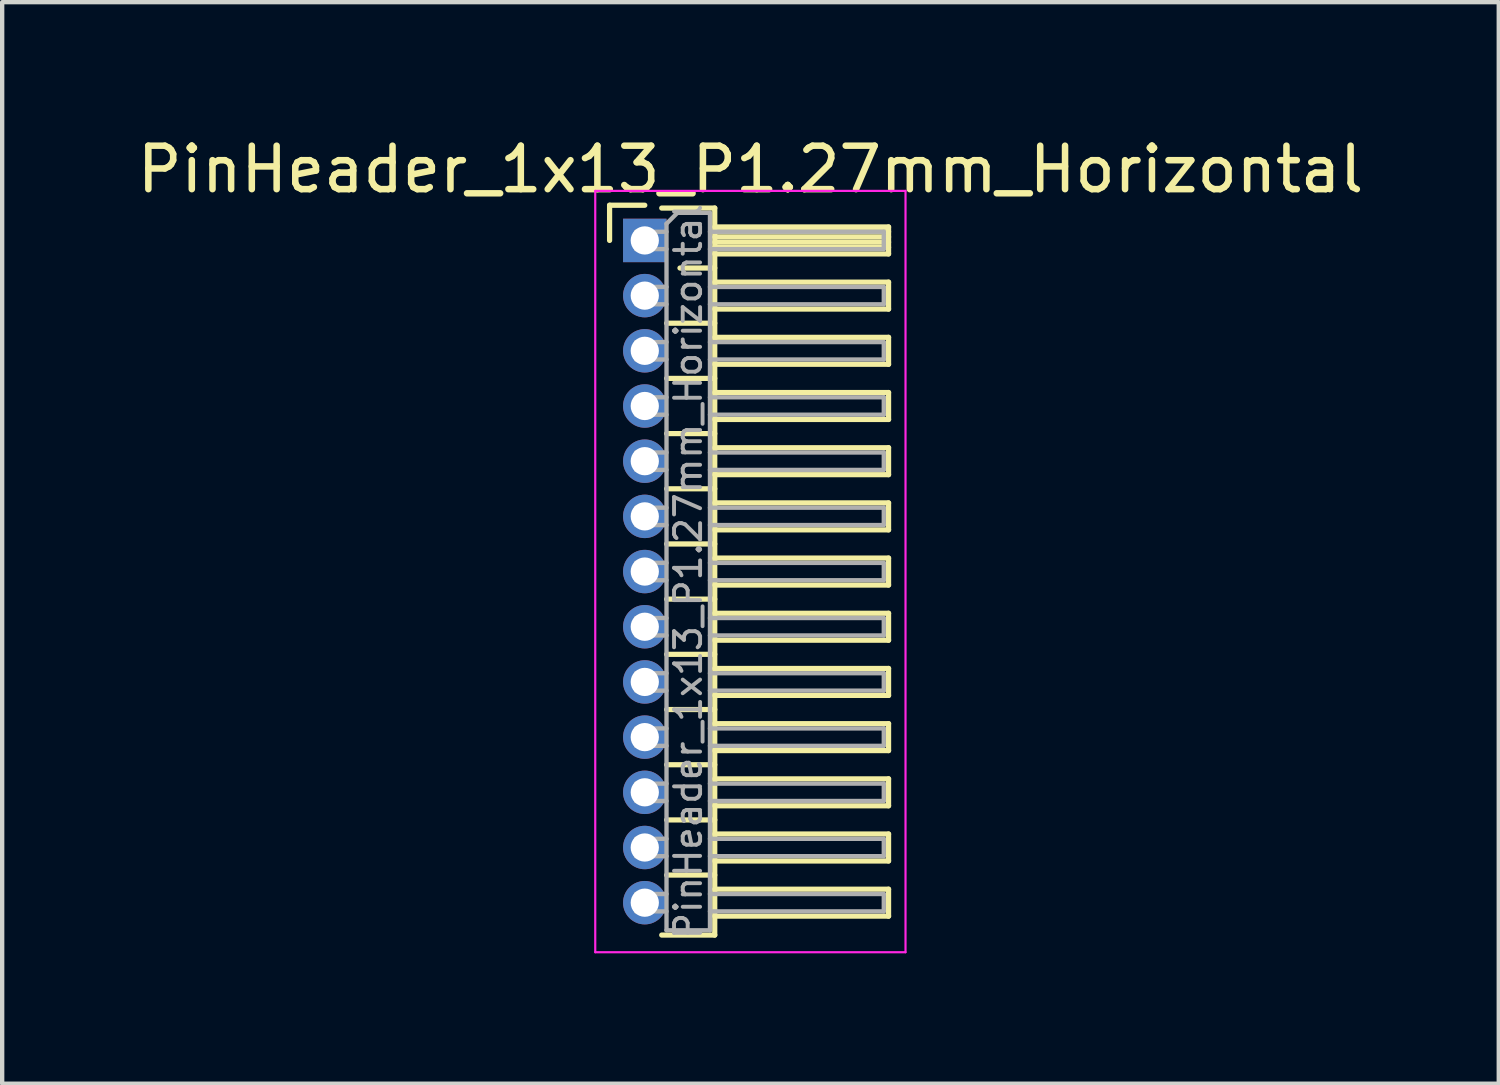
<source format=kicad_pcb>
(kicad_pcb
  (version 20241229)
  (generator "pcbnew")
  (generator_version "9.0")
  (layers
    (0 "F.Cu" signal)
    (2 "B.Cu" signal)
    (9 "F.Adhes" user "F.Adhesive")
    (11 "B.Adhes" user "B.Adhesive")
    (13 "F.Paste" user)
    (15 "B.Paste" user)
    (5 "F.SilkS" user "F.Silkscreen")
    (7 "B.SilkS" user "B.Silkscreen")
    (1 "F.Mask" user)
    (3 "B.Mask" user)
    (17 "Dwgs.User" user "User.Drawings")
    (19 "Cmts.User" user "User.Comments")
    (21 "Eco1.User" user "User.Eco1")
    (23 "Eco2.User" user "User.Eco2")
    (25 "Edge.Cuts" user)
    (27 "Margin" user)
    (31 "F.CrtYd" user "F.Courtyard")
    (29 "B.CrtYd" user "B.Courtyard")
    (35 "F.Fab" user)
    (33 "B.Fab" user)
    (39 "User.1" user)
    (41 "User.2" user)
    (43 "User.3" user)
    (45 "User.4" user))
  (footprint "PinHeader_1x13_P1.27mm_Horizontal"
    (layer "F.Cu")
    (at 11.788 2.483)
    (property "Reference" "PinHeader_1x13_P1.27mm_Horizontal" (at 2.433 -1.635 0) (layer "F.SilkS") (effects (font (size 1 1) (thickness 0.15))))
    (attr through_hole)
    (fp_line (start -0.81 -0.81) (end 0 -0.81) (stroke (width 0.12) (type solid)) (layer "F.SilkS"))
    (fp_line (start -0.81 0) (end -0.81 -0.81) (stroke (width 0.12) (type solid)) (layer "F.SilkS"))
    (fp_line (start 0.39 -0.745) (end 1.61 -0.745) (stroke (width 0.12) (type solid)) (layer "F.SilkS"))
    (fp_line (start 0.503 1.905) (end 1.61 1.905) (stroke (width 0.12) (type solid)) (layer "F.SilkS"))
    (fp_line (start 0.503 3.175) (end 1.61 3.175) (stroke (width 0.12) (type solid)) (layer "F.SilkS"))
    (fp_line (start 0.503 4.445) (end 1.61 4.445) (stroke (width 0.12) (type solid)) (layer "F.SilkS"))
    (fp_line (start 0.503 5.715) (end 1.61 5.715) (stroke (width 0.12) (type solid)) (layer "F.SilkS"))
    (fp_line (start 0.503 6.985) (end 1.61 6.985) (stroke (width 0.12) (type solid)) (layer "F.SilkS"))
    (fp_line (start 0.503 8.255) (end 1.61 8.255) (stroke (width 0.12) (type solid)) (layer "F.SilkS"))
    (fp_line (start 0.503 9.525) (end 1.61 9.525) (stroke (width 0.12) (type solid)) (layer "F.SilkS"))
    (fp_line (start 0.503 10.795) (end 1.61 10.795) (stroke (width 0.12) (type solid)) (layer "F.SilkS"))
    (fp_line (start 0.503 12.065) (end 1.61 12.065) (stroke (width 0.12) (type solid)) (layer "F.SilkS"))
    (fp_line (start 0.503 13.335) (end 1.61 13.335) (stroke (width 0.12) (type solid)) (layer "F.SilkS"))
    (fp_line (start 0.503 14.605) (end 1.61 14.605) (stroke (width 0.12) (type solid)) (layer "F.SilkS"))
    (fp_line (start 0.81 0.635) (end 1.61 0.635) (stroke (width 0.12) (type solid)) (layer "F.SilkS"))
    (fp_line (start 1.61 -0.745) (end 1.61 15.985) (stroke (width 0.12) (type solid)) (layer "F.SilkS"))
    (fp_line (start 1.61 -0.31) (end 5.61 -0.31) (stroke (width 0.12) (type solid)) (layer "F.SilkS"))
    (fp_line (start 1.61 -0.2) (end 5.61 -0.2) (stroke (width 0.12) (type solid)) (layer "F.SilkS"))
    (fp_line (start 1.61 -0.08) (end 5.61 -0.08) (stroke (width 0.12) (type solid)) (layer "F.SilkS"))
    (fp_line (start 1.61 0.04) (end 5.61 0.04) (stroke (width 0.12) (type solid)) (layer "F.SilkS"))
    (fp_line (start 1.61 0.16) (end 5.61 0.16) (stroke (width 0.12) (type solid)) (layer "F.SilkS"))
    (fp_line (start 1.61 0.96) (end 5.61 0.96) (stroke (width 0.12) (type solid)) (layer "F.SilkS"))
    (fp_line (start 1.61 2.23) (end 5.61 2.23) (stroke (width 0.12) (type solid)) (layer "F.SilkS"))
    (fp_line (start 1.61 3.5) (end 5.61 3.5) (stroke (width 0.12) (type solid)) (layer "F.SilkS"))
    (fp_line (start 1.61 4.77) (end 5.61 4.77) (stroke (width 0.12) (type solid)) (layer "F.SilkS"))
    (fp_line (start 1.61 6.04) (end 5.61 6.04) (stroke (width 0.12) (type solid)) (layer "F.SilkS"))
    (fp_line (start 1.61 7.31) (end 5.61 7.31) (stroke (width 0.12) (type solid)) (layer "F.SilkS"))
    (fp_line (start 1.61 8.58) (end 5.61 8.58) (stroke (width 0.12) (type solid)) (layer "F.SilkS"))
    (fp_line (start 1.61 9.85) (end 5.61 9.85) (stroke (width 0.12) (type solid)) (layer "F.SilkS"))
    (fp_line (start 1.61 11.12) (end 5.61 11.12) (stroke (width 0.12) (type solid)) (layer "F.SilkS"))
    (fp_line (start 1.61 12.39) (end 5.61 12.39) (stroke (width 0.12) (type solid)) (layer "F.SilkS"))
    (fp_line (start 1.61 13.66) (end 5.61 13.66) (stroke (width 0.12) (type solid)) (layer "F.SilkS"))
    (fp_line (start 1.61 14.93) (end 5.61 14.93) (stroke (width 0.12) (type solid)) (layer "F.SilkS"))
    (fp_line (start 1.61 15.985) (end 0.39 15.985) (stroke (width 0.12) (type solid)) (layer "F.SilkS"))
    (fp_line (start 5.61 -0.31) (end 5.61 0.31) (stroke (width 0.12) (type solid)) (layer "F.SilkS"))
    (fp_line (start 5.61 0.31) (end 1.61 0.31) (stroke (width 0.12) (type solid)) (layer "F.SilkS"))
    (fp_line (start 5.61 0.96) (end 5.61 1.58) (stroke (width 0.12) (type solid)) (layer "F.SilkS"))
    (fp_line (start 5.61 1.58) (end 1.61 1.58) (stroke (width 0.12) (type solid)) (layer "F.SilkS"))
    (fp_line (start 5.61 2.23) (end 5.61 2.85) (stroke (width 0.12) (type solid)) (layer "F.SilkS"))
    (fp_line (start 5.61 2.85) (end 1.61 2.85) (stroke (width 0.12) (type solid)) (layer "F.SilkS"))
    (fp_line (start 5.61 3.5) (end 5.61 4.12) (stroke (width 0.12) (type solid)) (layer "F.SilkS"))
    (fp_line (start 5.61 4.12) (end 1.61 4.12) (stroke (width 0.12) (type solid)) (layer "F.SilkS"))
    (fp_line (start 5.61 4.77) (end 5.61 5.39) (stroke (width 0.12) (type solid)) (layer "F.SilkS"))
    (fp_line (start 5.61 5.39) (end 1.61 5.39) (stroke (width 0.12) (type solid)) (layer "F.SilkS"))
    (fp_line (start 5.61 6.04) (end 5.61 6.66) (stroke (width 0.12) (type solid)) (layer "F.SilkS"))
    (fp_line (start 5.61 6.66) (end 1.61 6.66) (stroke (width 0.12) (type solid)) (layer "F.SilkS"))
    (fp_line (start 5.61 7.31) (end 5.61 7.93) (stroke (width 0.12) (type solid)) (layer "F.SilkS"))
    (fp_line (start 5.61 7.93) (end 1.61 7.93) (stroke (width 0.12) (type solid)) (layer "F.SilkS"))
    (fp_line (start 5.61 8.58) (end 5.61 9.2) (stroke (width 0.12) (type solid)) (layer "F.SilkS"))
    (fp_line (start 5.61 9.2) (end 1.61 9.2) (stroke (width 0.12) (type solid)) (layer "F.SilkS"))
    (fp_line (start 5.61 9.85) (end 5.61 10.47) (stroke (width 0.12) (type solid)) (layer "F.SilkS"))
    (fp_line (start 5.61 10.47) (end 1.61 10.47) (stroke (width 0.12) (type solid)) (layer "F.SilkS"))
    (fp_line (start 5.61 11.12) (end 5.61 11.74) (stroke (width 0.12) (type solid)) (layer "F.SilkS"))
    (fp_line (start 5.61 11.74) (end 1.61 11.74) (stroke (width 0.12) (type solid)) (layer "F.SilkS"))
    (fp_line (start 5.61 12.39) (end 5.61 13.01) (stroke (width 0.12) (type solid)) (layer "F.SilkS"))
    (fp_line (start 5.61 13.01) (end 1.61 13.01) (stroke (width 0.12) (type solid)) (layer "F.SilkS"))
    (fp_line (start 5.61 13.66) (end 5.61 14.28) (stroke (width 0.12) (type solid)) (layer "F.SilkS"))
    (fp_line (start 5.61 14.28) (end 1.61 14.28) (stroke (width 0.12) (type solid)) (layer "F.SilkS"))
    (fp_line (start 5.61 14.93) (end 5.61 15.55) (stroke (width 0.12) (type solid)) (layer "F.SilkS"))
    (fp_line (start 5.61 15.55) (end 1.61 15.55) (stroke (width 0.12) (type solid)) (layer "F.SilkS"))
    (fp_line (start -1.14 -1.14) (end -1.14 16.38) (stroke (width 0.05) (type solid)) (layer "F.CrtYd"))
    (fp_line (start -1.14 16.38) (end 6 16.38) (stroke (width 0.05) (type solid)) (layer "F.CrtYd"))
    (fp_line (start 6 -1.14) (end -1.14 -1.14) (stroke (width 0.05) (type solid)) (layer "F.CrtYd"))
    (fp_line (start 6 16.38) (end 6 -1.14) (stroke (width 0.05) (type solid)) (layer "F.CrtYd"))
    (fp_line (start -0.2 -0.2) (end -0.2 0.2) (stroke (width 0.1) (type solid)) (layer "F.Fab"))
    (fp_line (start -0.2 -0.2) (end 0.5 -0.2) (stroke (width 0.1) (type solid)) (layer "F.Fab"))
    (fp_line (start -0.2 0.2) (end 0.5 0.2) (stroke (width 0.1) (type solid)) (layer "F.Fab"))
    (fp_line (start -0.2 1.07) (end -0.2 1.47) (stroke (width 0.1) (type solid)) (layer "F.Fab"))
    (fp_line (start -0.2 1.07) (end 0.5 1.07) (stroke (width 0.1) (type solid)) (layer "F.Fab"))
    (fp_line (start -0.2 1.47) (end 0.5 1.47) (stroke (width 0.1) (type solid)) (layer "F.Fab"))
    (fp_line (start -0.2 2.34) (end -0.2 2.74) (stroke (width 0.1) (type solid)) (layer "F.Fab"))
    (fp_line (start -0.2 2.34) (end 0.5 2.34) (stroke (width 0.1) (type solid)) (layer "F.Fab"))
    (fp_line (start -0.2 2.74) (end 0.5 2.74) (stroke (width 0.1) (type solid)) (layer "F.Fab"))
    (fp_line (start -0.2 3.61) (end -0.2 4.01) (stroke (width 0.1) (type solid)) (layer "F.Fab"))
    (fp_line (start -0.2 3.61) (end 0.5 3.61) (stroke (width 0.1) (type solid)) (layer "F.Fab"))
    (fp_line (start -0.2 4.01) (end 0.5 4.01) (stroke (width 0.1) (type solid)) (layer "F.Fab"))
    (fp_line (start -0.2 4.88) (end -0.2 5.28) (stroke (width 0.1) (type solid)) (layer "F.Fab"))
    (fp_line (start -0.2 4.88) (end 0.5 4.88) (stroke (width 0.1) (type solid)) (layer "F.Fab"))
    (fp_line (start -0.2 5.28) (end 0.5 5.28) (stroke (width 0.1) (type solid)) (layer "F.Fab"))
    (fp_line (start -0.2 6.15) (end -0.2 6.55) (stroke (width 0.1) (type solid)) (layer "F.Fab"))
    (fp_line (start -0.2 6.15) (end 0.5 6.15) (stroke (width 0.1) (type solid)) (layer "F.Fab"))
    (fp_line (start -0.2 6.55) (end 0.5 6.55) (stroke (width 0.1) (type solid)) (layer "F.Fab"))
    (fp_line (start -0.2 7.42) (end -0.2 7.82) (stroke (width 0.1) (type solid)) (layer "F.Fab"))
    (fp_line (start -0.2 7.42) (end 0.5 7.42) (stroke (width 0.1) (type solid)) (layer "F.Fab"))
    (fp_line (start -0.2 7.82) (end 0.5 7.82) (stroke (width 0.1) (type solid)) (layer "F.Fab"))
    (fp_line (start -0.2 8.69) (end -0.2 9.09) (stroke (width 0.1) (type solid)) (layer "F.Fab"))
    (fp_line (start -0.2 8.69) (end 0.5 8.69) (stroke (width 0.1) (type solid)) (layer "F.Fab"))
    (fp_line (start -0.2 9.09) (end 0.5 9.09) (stroke (width 0.1) (type solid)) (layer "F.Fab"))
    (fp_line (start -0.2 9.96) (end -0.2 10.36) (stroke (width 0.1) (type solid)) (layer "F.Fab"))
    (fp_line (start -0.2 9.96) (end 0.5 9.96) (stroke (width 0.1) (type solid)) (layer "F.Fab"))
    (fp_line (start -0.2 10.36) (end 0.5 10.36) (stroke (width 0.1) (type solid)) (layer "F.Fab"))
    (fp_line (start -0.2 11.23) (end -0.2 11.63) (stroke (width 0.1) (type solid)) (layer "F.Fab"))
    (fp_line (start -0.2 11.23) (end 0.5 11.23) (stroke (width 0.1) (type solid)) (layer "F.Fab"))
    (fp_line (start -0.2 11.63) (end 0.5 11.63) (stroke (width 0.1) (type solid)) (layer "F.Fab"))
    (fp_line (start -0.2 12.5) (end -0.2 12.9) (stroke (width 0.1) (type solid)) (layer "F.Fab"))
    (fp_line (start -0.2 12.5) (end 0.5 12.5) (stroke (width 0.1) (type solid)) (layer "F.Fab"))
    (fp_line (start -0.2 12.9) (end 0.5 12.9) (stroke (width 0.1) (type solid)) (layer "F.Fab"))
    (fp_line (start -0.2 13.77) (end -0.2 14.17) (stroke (width 0.1) (type solid)) (layer "F.Fab"))
    (fp_line (start -0.2 13.77) (end 0.5 13.77) (stroke (width 0.1) (type solid)) (layer "F.Fab"))
    (fp_line (start -0.2 14.17) (end 0.5 14.17) (stroke (width 0.1) (type solid)) (layer "F.Fab"))
    (fp_line (start -0.2 15.04) (end -0.2 15.44) (stroke (width 0.1) (type solid)) (layer "F.Fab"))
    (fp_line (start -0.2 15.04) (end 0.5 15.04) (stroke (width 0.1) (type solid)) (layer "F.Fab"))
    (fp_line (start -0.2 15.44) (end 0.5 15.44) (stroke (width 0.1) (type solid)) (layer "F.Fab"))
    (fp_line (start 0.5 -0.385) (end 0.75 -0.635) (stroke (width 0.1) (type solid)) (layer "F.Fab"))
    (fp_line (start 0.5 15.875) (end 0.5 -0.385) (stroke (width 0.1) (type solid)) (layer "F.Fab"))
    (fp_line (start 0.75 -0.635) (end 1.5 -0.635) (stroke (width 0.1) (type solid)) (layer "F.Fab"))
    (fp_line (start 1.5 -0.635) (end 1.5 15.875) (stroke (width 0.1) (type solid)) (layer "F.Fab"))
    (fp_line (start 1.5 -0.2) (end 5.5 -0.2) (stroke (width 0.1) (type solid)) (layer "F.Fab"))
    (fp_line (start 1.5 0.2) (end 5.5 0.2) (stroke (width 0.1) (type solid)) (layer "F.Fab"))
    (fp_line (start 1.5 1.07) (end 5.5 1.07) (stroke (width 0.1) (type solid)) (layer "F.Fab"))
    (fp_line (start 1.5 1.47) (end 5.5 1.47) (stroke (width 0.1) (type solid)) (layer "F.Fab"))
    (fp_line (start 1.5 2.34) (end 5.5 2.34) (stroke (width 0.1) (type solid)) (layer "F.Fab"))
    (fp_line (start 1.5 2.74) (end 5.5 2.74) (stroke (width 0.1) (type solid)) (layer "F.Fab"))
    (fp_line (start 1.5 3.61) (end 5.5 3.61) (stroke (width 0.1) (type solid)) (layer "F.Fab"))
    (fp_line (start 1.5 4.01) (end 5.5 4.01) (stroke (width 0.1) (type solid)) (layer "F.Fab"))
    (fp_line (start 1.5 4.88) (end 5.5 4.88) (stroke (width 0.1) (type solid)) (layer "F.Fab"))
    (fp_line (start 1.5 5.28) (end 5.5 5.28) (stroke (width 0.1) (type solid)) (layer "F.Fab"))
    (fp_line (start 1.5 6.15) (end 5.5 6.15) (stroke (width 0.1) (type solid)) (layer "F.Fab"))
    (fp_line (start 1.5 6.55) (end 5.5 6.55) (stroke (width 0.1) (type solid)) (layer "F.Fab"))
    (fp_line (start 1.5 7.42) (end 5.5 7.42) (stroke (width 0.1) (type solid)) (layer "F.Fab"))
    (fp_line (start 1.5 7.82) (end 5.5 7.82) (stroke (width 0.1) (type solid)) (layer "F.Fab"))
    (fp_line (start 1.5 8.69) (end 5.5 8.69) (stroke (width 0.1) (type solid)) (layer "F.Fab"))
    (fp_line (start 1.5 9.09) (end 5.5 9.09) (stroke (width 0.1) (type solid)) (layer "F.Fab"))
    (fp_line (start 1.5 9.96) (end 5.5 9.96) (stroke (width 0.1) (type solid)) (layer "F.Fab"))
    (fp_line (start 1.5 10.36) (end 5.5 10.36) (stroke (width 0.1) (type solid)) (layer "F.Fab"))
    (fp_line (start 1.5 11.23) (end 5.5 11.23) (stroke (width 0.1) (type solid)) (layer "F.Fab"))
    (fp_line (start 1.5 11.63) (end 5.5 11.63) (stroke (width 0.1) (type solid)) (layer "F.Fab"))
    (fp_line (start 1.5 12.5) (end 5.5 12.5) (stroke (width 0.1) (type solid)) (layer "F.Fab"))
    (fp_line (start 1.5 12.9) (end 5.5 12.9) (stroke (width 0.1) (type solid)) (layer "F.Fab"))
    (fp_line (start 1.5 13.77) (end 5.5 13.77) (stroke (width 0.1) (type solid)) (layer "F.Fab"))
    (fp_line (start 1.5 14.17) (end 5.5 14.17) (stroke (width 0.1) (type solid)) (layer "F.Fab"))
    (fp_line (start 1.5 15.04) (end 5.5 15.04) (stroke (width 0.1) (type solid)) (layer "F.Fab"))
    (fp_line (start 1.5 15.44) (end 5.5 15.44) (stroke (width 0.1) (type solid)) (layer "F.Fab"))
    (fp_line (start 1.5 15.875) (end 0.5 15.875) (stroke (width 0.1) (type solid)) (layer "F.Fab"))
    (fp_line (start 5.5 -0.2) (end 5.5 0.2) (stroke (width 0.1) (type solid)) (layer "F.Fab"))
    (fp_line (start 5.5 1.07) (end 5.5 1.47) (stroke (width 0.1) (type solid)) (layer "F.Fab"))
    (fp_line (start 5.5 2.34) (end 5.5 2.74) (stroke (width 0.1) (type solid)) (layer "F.Fab"))
    (fp_line (start 5.5 3.61) (end 5.5 4.01) (stroke (width 0.1) (type solid)) (layer "F.Fab"))
    (fp_line (start 5.5 4.88) (end 5.5 5.28) (stroke (width 0.1) (type solid)) (layer "F.Fab"))
    (fp_line (start 5.5 6.15) (end 5.5 6.55) (stroke (width 0.1) (type solid)) (layer "F.Fab"))
    (fp_line (start 5.5 7.42) (end 5.5 7.82) (stroke (width 0.1) (type solid)) (layer "F.Fab"))
    (fp_line (start 5.5 8.69) (end 5.5 9.09) (stroke (width 0.1) (type solid)) (layer "F.Fab"))
    (fp_line (start 5.5 9.96) (end 5.5 10.36) (stroke (width 0.1) (type solid)) (layer "F.Fab"))
    (fp_line (start 5.5 11.23) (end 5.5 11.63) (stroke (width 0.1) (type solid)) (layer "F.Fab"))
    (fp_line (start 5.5 12.5) (end 5.5 12.9) (stroke (width 0.1) (type solid)) (layer "F.Fab"))
    (fp_line (start 5.5 13.77) (end 5.5 14.17) (stroke (width 0.1) (type solid)) (layer "F.Fab"))
    (fp_line (start 5.5 15.04) (end 5.5 15.44) (stroke (width 0.1) (type solid)) (layer "F.Fab"))
    (fp_text user "${REFERENCE}" (at 1 7.62 90) (layer "F.Fab") (effects (font (size 0.6 0.6) (thickness 0.09))))
    (pad "1" thru_hole rect (at 0 0) (size 1 1) (drill 0.65) (layers "*.Cu" "*.Mask"))
    (pad "2" thru_hole circle (at 0 1.27) (size 1 1) (drill 0.65) (layers "*.Cu" "*.Mask"))
    (pad "3" thru_hole circle (at 0 2.54) (size 1 1) (drill 0.65) (layers "*.Cu" "*.Mask"))
    (pad "4" thru_hole circle (at 0 3.81) (size 1 1) (drill 0.65) (layers "*.Cu" "*.Mask"))
    (pad "5" thru_hole circle (at 0 5.08) (size 1 1) (drill 0.65) (layers "*.Cu" "*.Mask"))
    (pad "6" thru_hole circle (at 0 6.35) (size 1 1) (drill 0.65) (layers "*.Cu" "*.Mask"))
    (pad "7" thru_hole circle (at 0 7.62) (size 1 1) (drill 0.65) (layers "*.Cu" "*.Mask"))
    (pad "8" thru_hole circle (at 0 8.89) (size 1 1) (drill 0.65) (layers "*.Cu" "*.Mask"))
    (pad "9" thru_hole circle (at 0 10.16) (size 1 1) (drill 0.65) (layers "*.Cu" "*.Mask"))
    (pad "10" thru_hole circle (at 0 11.43) (size 1 1) (drill 0.65) (layers "*.Cu" "*.Mask"))
    (pad "11" thru_hole circle (at 0 12.7) (size 1 1) (drill 0.65) (layers "*.Cu" "*.Mask"))
    (pad "12" thru_hole circle (at 0 13.97) (size 1 1) (drill 0.65) (layers "*.Cu" "*.Mask"))
    (pad "13" thru_hole circle (at 0 15.24) (size 1 1) (drill 0.65) (layers "*.Cu" "*.Mask")))
  (gr_rect
    (start -3 -3)
    (end 31.44 21.888)
    (stroke (width 0.1) (type default))
    (fill no)
    (layer "Edge.Cuts")))
</source>
